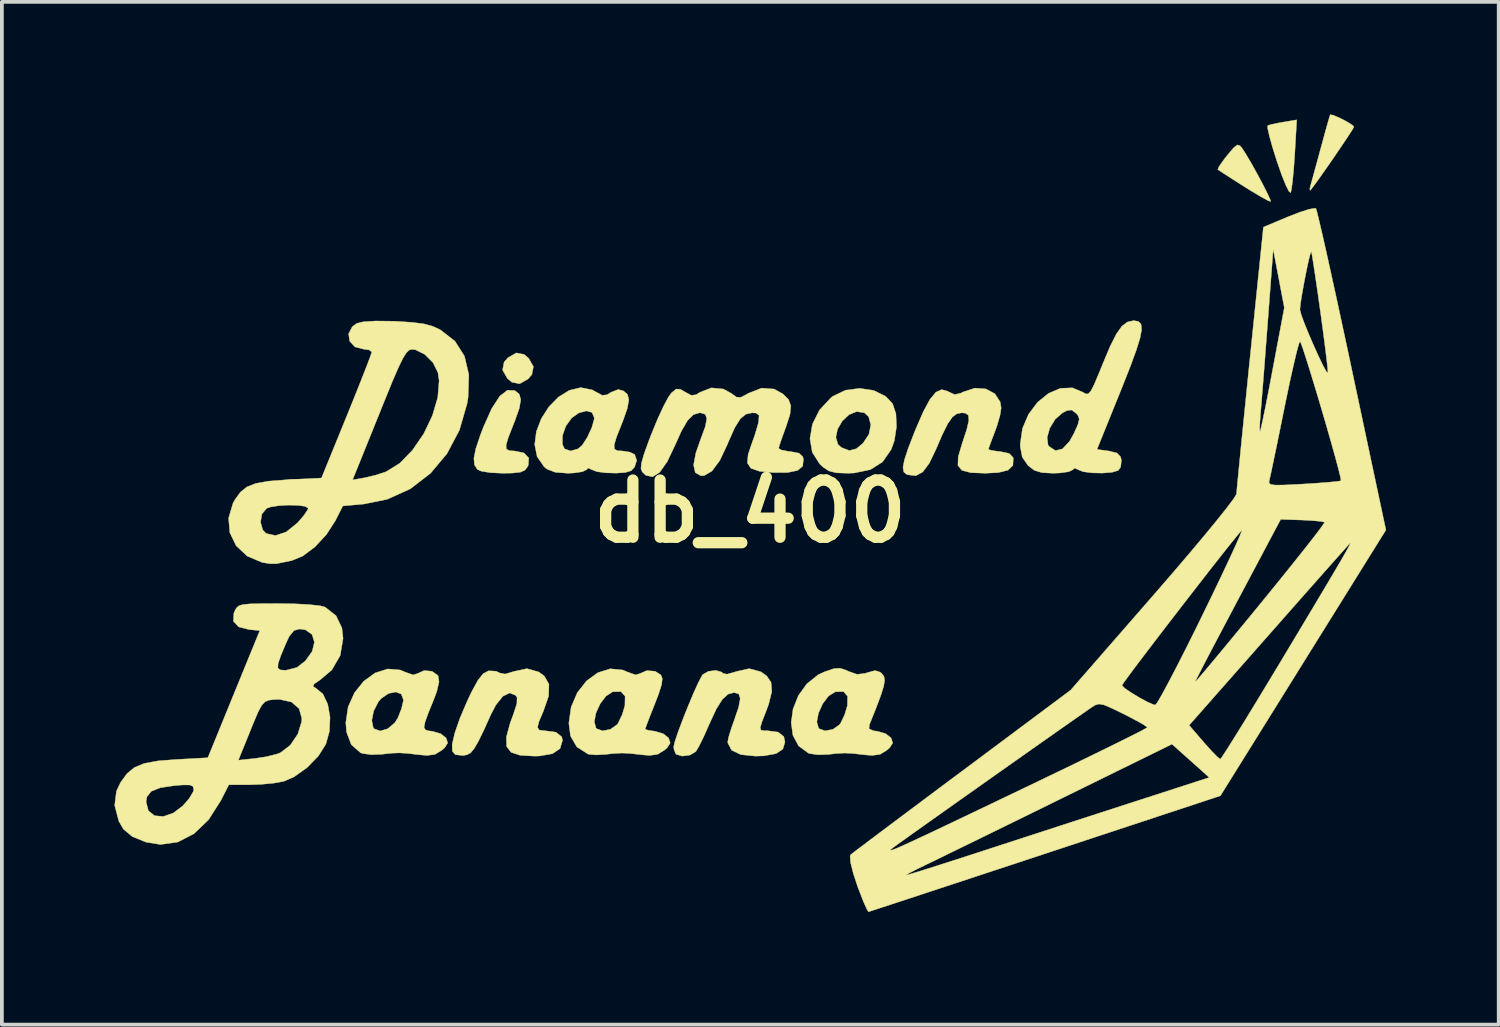
<source format=kicad_pcb>
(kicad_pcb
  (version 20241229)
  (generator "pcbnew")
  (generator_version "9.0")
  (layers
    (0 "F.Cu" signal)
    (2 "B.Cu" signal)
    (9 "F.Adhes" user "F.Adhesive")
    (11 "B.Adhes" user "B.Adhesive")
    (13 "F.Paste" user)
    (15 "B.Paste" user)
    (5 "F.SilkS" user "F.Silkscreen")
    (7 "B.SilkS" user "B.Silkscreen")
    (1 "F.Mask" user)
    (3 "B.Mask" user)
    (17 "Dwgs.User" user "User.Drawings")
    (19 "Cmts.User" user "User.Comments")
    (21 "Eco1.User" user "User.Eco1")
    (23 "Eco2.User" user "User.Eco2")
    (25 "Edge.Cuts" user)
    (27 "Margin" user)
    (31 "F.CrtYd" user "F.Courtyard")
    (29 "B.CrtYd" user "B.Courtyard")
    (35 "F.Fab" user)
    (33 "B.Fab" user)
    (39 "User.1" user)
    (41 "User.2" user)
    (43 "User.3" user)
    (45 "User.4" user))
  (footprint "db_400"
    (layer "F.Cu")
    (at 16.928 10.571)
    (property "Reference" "db_400" (at 0 0 0) (layer "F.SilkS") (effects (font (size 1.524 1.524) (thickness 0.3))))
    (attr through_hole)
    (fp_poly (pts (xy -6.016 -4.18) (xy -5.897 -4.079) (xy -5.77 -3.855) (xy -5.811 -3.645) (xy -5.912 -3.527) (xy -6.136 -3.399) (xy -6.345 -3.44) (xy -6.464 -3.542) (xy -6.591 -3.765) (xy -6.551 -3.975) (xy -6.449 -4.093) (xy -6.225 -4.221) (xy -6.016 -4.18)) (stroke (width 0.01) (type solid)) (fill yes) (layer "F.SilkS"))
    (fp_poly (pts (xy 14.509 -9.511) (xy 14.482 -9.127) (xy 14.451 -8.8) (xy 14.421 -8.573) (xy 14.4 -8.489) (xy 14.355 -8.522) (xy 14.271 -8.689) (xy 14.161 -8.964) (xy 14.038 -9.314) (xy 13.922 -9.682) (xy 13.836 -9.988) (xy 13.789 -10.197) (xy 13.787 -10.277) (xy 13.899 -10.31) (xy 14.112 -10.354) (xy 14.202 -10.369) (xy 14.562 -10.429) (xy 14.509 -9.511)) (stroke (width 0.01) (type solid)) (fill yes) (layer "F.SilkS"))
    (fp_poly (pts (xy 13.049 -9.742) (xy 13.103 -9.678) (xy 13.21 -9.514) (xy 13.352 -9.272) (xy 13.509 -8.99) (xy 13.66 -8.708) (xy 13.782 -8.465) (xy 13.857 -8.301) (xy 13.868 -8.252) (xy 13.789 -8.282) (xy 13.601 -8.385) (xy 13.335 -8.544) (xy 13.164 -8.651) (xy 12.868 -8.839) (xy 12.632 -8.991) (xy 12.487 -9.086) (xy 12.459 -9.106) (xy 12.49 -9.181) (xy 12.603 -9.344) (xy 12.71 -9.482) (xy 12.876 -9.68) (xy 12.977 -9.761) (xy 13.049 -9.742)) (stroke (width 0.01) (type solid)) (fill yes) (layer "F.SilkS"))
    (fp_poly (pts (xy 15.536 -10.553) (xy 15.7 -10.482) (xy 15.888 -10.386) (xy 16.036 -10.295) (xy 16.087 -10.245) (xy 16.042 -10.163) (xy 15.922 -9.978) (xy 15.75 -9.721) (xy 15.55 -9.427) (xy 15.344 -9.13) (xy 15.156 -8.863) (xy 15.008 -8.66) (xy 14.925 -8.554) (xy 14.923 -8.551) (xy 14.908 -8.583) (xy 14.93 -8.678) (xy 14.972 -8.829) (xy 15.046 -9.1) (xy 15.141 -9.447) (xy 15.208 -9.694) (xy 15.304 -10.047) (xy 15.384 -10.333) (xy 15.438 -10.517) (xy 15.455 -10.566) (xy 15.536 -10.553)) (stroke (width 0.01) (type solid)) (fill yes) (layer "F.SilkS"))
    (fp_poly (pts (xy -6.268 -3.219) (xy -6.26 -3.215) (xy -6.146 -3.12) (xy -6.107 -2.977) (xy -6.144 -2.754) (xy -6.26 -2.422) (xy -6.308 -2.302) (xy -6.437 -1.972) (xy -6.498 -1.768) (xy -6.489 -1.659) (xy -6.408 -1.616) (xy -6.276 -1.609) (xy -6.024 -1.558) (xy -5.894 -1.423) (xy -5.906 -1.229) (xy -5.924 -1.191) (xy -5.998 -1.096) (xy -6.121 -1.043) (xy -6.337 -1.02) (xy -6.59 -1.016) (xy -6.917 -1.031) (xy -7.16 -1.071) (xy -7.264 -1.118) (xy -7.341 -1.241) (xy -7.355 -1.417) (xy -7.303 -1.674) (xy -7.18 -2.04) (xy -7.102 -2.244) (xy -6.88 -2.74) (xy -6.666 -3.069) (xy -6.463 -3.228) (xy -6.268 -3.219)) (stroke (width 0.01) (type solid)) (fill yes) (layer "F.SilkS"))
    (fp_poly (pts (xy 3.294 -3.221) (xy 3.613 -3.064) (xy 3.797 -2.869) (xy 3.886 -2.601) (xy 3.901 -2.249) (xy 3.844 -1.881) (xy 3.76 -1.648) (xy 3.531 -1.318) (xy 3.208 -1.113) (xy 2.773 -1.022) (xy 2.597 -1.016) (xy 2.298 -1.027) (xy 2.101 -1.076) (xy 1.941 -1.183) (xy 1.856 -1.263) (xy 1.658 -1.572) (xy 1.596 -1.936) (xy 1.602 -1.972) (xy 2.286 -1.972) (xy 2.342 -1.783) (xy 2.434 -1.7) (xy 2.646 -1.62) (xy 2.833 -1.669) (xy 3.01 -1.816) (xy 3.167 -2.053) (xy 3.218 -2.305) (xy 3.159 -2.521) (xy 3.048 -2.625) (xy 2.84 -2.659) (xy 2.635 -2.574) (xy 2.457 -2.406) (xy 2.332 -2.193) (xy 2.286 -1.972) (xy 1.602 -1.972) (xy 1.662 -2.323) (xy 1.849 -2.698) (xy 2.152 -3.024) (xy 2.209 -3.068) (xy 2.543 -3.228) (xy 2.921 -3.277) (xy 3.294 -3.221)) (stroke (width 0.01) (type solid)) (fill yes) (layer "F.SilkS"))
    (fp_poly (pts (xy -5.631 4.276) (xy -5.482 4.383) (xy -5.356 4.603) (xy -5.365 4.92) (xy -5.505 5.322) (xy -5.622 5.597) (xy -5.66 5.753) (xy -5.616 5.824) (xy -5.487 5.842) (xy -5.468 5.842) (xy -5.169 5.883) (xy -5.016 6.004) (xy -4.995 6.099) (xy -5.061 6.318) (xy -5.264 6.456) (xy -5.611 6.516) (xy -5.747 6.519) (xy -6.122 6.497) (xy -6.364 6.418) (xy -6.484 6.263) (xy -6.49 6.012) (xy -6.392 5.647) (xy -6.301 5.398) (xy -6.211 5.124) (xy -6.205 4.961) (xy -6.239 4.903) (xy -6.402 4.836) (xy -6.584 4.924) (xy -6.772 5.16) (xy -6.898 5.402) (xy -7.092 5.83) (xy -7.237 6.127) (xy -7.348 6.319) (xy -7.441 6.429) (xy -7.534 6.482) (xy -7.642 6.504) (xy -7.85 6.48) (xy -7.93 6.386) (xy -7.934 6.202) (xy -7.863 5.899) (xy -7.726 5.506) (xy -7.532 5.051) (xy -7.418 4.811) (xy -7.249 4.5) (xy -7.108 4.323) (xy -6.972 4.25) (xy -6.954 4.247) (xy -6.765 4.257) (xy -6.67 4.303) (xy -6.521 4.333) (xy -6.293 4.264) (xy -5.943 4.189) (xy -5.631 4.276)) (stroke (width 0.01) (type solid)) (fill yes) (layer "F.SilkS"))
    (fp_poly (pts (xy 6.282 -3.262) (xy 6.521 -3.133) (xy 6.664 -2.914) (xy 6.689 -2.755) (xy 6.658 -2.557) (xy 6.579 -2.282) (xy 6.519 -2.117) (xy 6.426 -1.873) (xy 6.364 -1.702) (xy 6.35 -1.653) (xy 6.425 -1.625) (xy 6.61 -1.598) (xy 6.667 -1.593) (xy 6.905 -1.542) (xy 7.007 -1.434) (xy 7.012 -1.414) (xy 7.002 -1.223) (xy 6.873 -1.098) (xy 6.61 -1.033) (xy 6.265 -1.016) (xy 5.879 -1.031) (xy 5.642 -1.093) (xy 5.537 -1.226) (xy 5.545 -1.453) (xy 5.647 -1.8) (xy 5.655 -1.824) (xy 5.775 -2.189) (xy 5.829 -2.425) (xy 5.817 -2.558) (xy 5.737 -2.616) (xy 5.64 -2.625) (xy 5.508 -2.601) (xy 5.39 -2.513) (xy 5.267 -2.336) (xy 5.122 -2.046) (xy 4.96 -1.669) (xy 4.775 -1.283) (xy 4.6 -1.049) (xy 4.416 -0.95) (xy 4.207 -0.974) (xy 4.17 -0.987) (xy 4.095 -1.049) (xy 4.074 -1.167) (xy 4.111 -1.366) (xy 4.21 -1.669) (xy 4.376 -2.099) (xy 4.403 -2.166) (xy 4.612 -2.649) (xy 4.791 -2.981) (xy 4.951 -3.175) (xy 5.105 -3.244) (xy 5.262 -3.201) (xy 5.287 -3.186) (xy 5.451 -3.111) (xy 5.61 -3.147) (xy 5.677 -3.181) (xy 5.988 -3.283) (xy 6.282 -3.262)) (stroke (width 0.01) (type solid)) (fill yes) (layer "F.SilkS"))
    (fp_poly (pts (xy -9.318 4.225) (xy -9.193 4.278) (xy -8.974 4.356) (xy -8.859 4.32) (xy -8.68 4.24) (xy -8.471 4.259) (xy -8.317 4.368) (xy -8.308 4.382) (xy -8.284 4.542) (xy -8.345 4.8) (xy -8.427 5.019) (xy -8.574 5.382) (xy -8.658 5.617) (xy -8.683 5.753) (xy -8.647 5.82) (xy -8.553 5.847) (xy -8.458 5.858) (xy -8.239 5.922) (xy -8.094 6.038) (xy -8.053 6.168) (xy -8.131 6.293) (xy -8.21 6.362) (xy -8.389 6.472) (xy -8.603 6.501) (xy -8.802 6.484) (xy -9.116 6.447) (xy -9.337 6.433) (xy -9.542 6.44) (xy -9.807 6.469) (xy -9.821 6.471) (xy -10.095 6.48) (xy -10.322 6.448) (xy -10.376 6.428) (xy -10.621 6.214) (xy -10.747 5.88) (xy -10.767 5.631) (xy -10.758 5.569) (xy -10.075 5.569) (xy -10.038 5.759) (xy -10.015 5.789) (xy -9.85 5.85) (xy -9.649 5.789) (xy -9.462 5.63) (xy -9.381 5.503) (xy -9.284 5.257) (xy -9.234 5.041) (xy -9.233 5.016) (xy -9.289 4.865) (xy -9.436 4.811) (xy -9.628 4.85) (xy -9.821 4.98) (xy -9.9 5.072) (xy -10.026 5.319) (xy -10.075 5.569) (xy -10.758 5.569) (xy -10.705 5.208) (xy -10.536 4.831) (xy -10.288 4.522) (xy -9.984 4.303) (xy -9.652 4.197) (xy -9.318 4.225)) (stroke (width 0.01) (type solid)) (fill yes) (layer "F.SilkS"))
    (fp_poly (pts (xy -3.386 4.226) (xy -3.266 4.278) (xy -3.047 4.356) (xy -2.932 4.32) (xy -2.75 4.241) (xy -2.529 4.259) (xy -2.376 4.354) (xy -2.337 4.451) (xy -2.355 4.61) (xy -2.435 4.864) (xy -2.535 5.123) (xy -2.654 5.424) (xy -2.744 5.659) (xy -2.791 5.788) (xy -2.794 5.801) (xy -2.72 5.829) (xy -2.541 5.856) (xy -2.527 5.858) (xy -2.31 5.923) (xy -2.168 6.038) (xy -2.127 6.168) (xy -2.204 6.293) (xy -2.283 6.362) (xy -2.463 6.472) (xy -2.676 6.501) (xy -2.876 6.484) (xy -3.183 6.449) (xy -3.408 6.437) (xy -3.632 6.449) (xy -3.852 6.473) (xy -4.101 6.487) (xy -4.291 6.471) (xy -4.318 6.463) (xy -4.615 6.273) (xy -4.782 5.983) (xy -4.826 5.644) (xy -4.821 5.606) (xy -4.148 5.606) (xy -4.101 5.776) (xy -4.092 5.786) (xy -3.927 5.846) (xy -3.719 5.805) (xy -3.542 5.68) (xy -3.517 5.647) (xy -3.407 5.42) (xy -3.333 5.173) (xy -3.328 4.924) (xy -3.436 4.801) (xy -3.654 4.805) (xy -3.659 4.806) (xy -3.835 4.918) (xy -3.992 5.124) (xy -4.104 5.371) (xy -4.148 5.606) (xy -4.821 5.606) (xy -4.765 5.211) (xy -4.6 4.827) (xy -4.354 4.515) (xy -4.053 4.296) (xy -3.722 4.193) (xy -3.386 4.226)) (stroke (width 0.01) (type solid)) (fill yes) (layer "F.SilkS"))
    (fp_poly (pts (xy -4.207 -3.238) (xy -4.106 -3.182) (xy -3.937 -3.092) (xy -3.809 -3.106) (xy -3.71 -3.168) (xy -3.512 -3.247) (xy -3.374 -3.21) (xy -3.263 -3.116) (xy -3.228 -2.97) (xy -3.269 -2.743) (xy -3.388 -2.404) (xy -3.429 -2.302) (xy -3.559 -1.972) (xy -3.62 -1.768) (xy -3.611 -1.659) (xy -3.532 -1.616) (xy -3.404 -1.609) (xy -3.195 -1.577) (xy -3.072 -1.514) (xy -3.018 -1.358) (xy -3.077 -1.176) (xy -3.169 -1.081) (xy -3.323 -1.036) (xy -3.569 -1.019) (xy -3.843 -1.027) (xy -4.078 -1.058) (xy -4.207 -1.108) (xy -4.309 -1.154) (xy -4.356 -1.108) (xy -4.466 -1.056) (xy -4.688 -1.023) (xy -4.857 -1.016) (xy -5.187 -1.041) (xy -5.407 -1.125) (xy -5.483 -1.185) (xy -5.671 -1.457) (xy -5.735 -1.779) (xy -5.735 -1.783) (xy -4.998 -1.783) (xy -4.939 -1.665) (xy -4.779 -1.609) (xy -4.584 -1.665) (xy -4.474 -1.757) (xy -4.334 -1.973) (xy -4.214 -2.233) (xy -4.151 -2.457) (xy -4.149 -2.496) (xy -4.21 -2.635) (xy -4.364 -2.676) (xy -4.567 -2.619) (xy -4.749 -2.49) (xy -4.908 -2.27) (xy -4.996 -2.015) (xy -4.998 -1.783) (xy -5.735 -1.783) (xy -5.692 -2.124) (xy -5.561 -2.468) (xy -5.36 -2.783) (xy -5.106 -3.043) (xy -4.817 -3.223) (xy -4.511 -3.297) (xy -4.207 -3.238)) (stroke (width 0.01) (type solid)) (fill yes) (layer "F.SilkS"))
    (fp_poly (pts (xy 0.289 4.272) (xy 0.445 4.383) (xy 0.561 4.555) (xy 0.58 4.794) (xy 0.498 5.13) (xy 0.423 5.334) (xy 0.316 5.609) (xy 0.271 5.761) (xy 0.291 5.827) (xy 0.377 5.842) (xy 0.459 5.842) (xy 0.748 5.88) (xy 0.9 5.999) (xy 0.931 6.144) (xy 0.873 6.334) (xy 0.69 6.454) (xy 0.368 6.512) (xy 0.139 6.519) (xy -0.245 6.479) (xy -0.491 6.361) (xy -0.591 6.17) (xy -0.593 6.133) (xy -0.564 5.991) (xy -0.49 5.754) (xy -0.423 5.568) (xy -0.302 5.212) (xy -0.261 4.984) (xy -0.301 4.862) (xy -0.423 4.826) (xy -0.424 4.826) (xy -0.586 4.869) (xy -0.74 5.01) (xy -0.903 5.272) (xy -1.09 5.676) (xy -1.104 5.71) (xy -1.237 6.008) (xy -1.358 6.253) (xy -1.442 6.395) (xy -1.444 6.398) (xy -1.601 6.491) (xy -1.806 6.519) (xy -1.968 6.47) (xy -1.976 6.463) (xy -2.026 6.337) (xy -2.032 6.265) (xy -2 6.125) (xy -1.915 5.873) (xy -1.794 5.55) (xy -1.654 5.198) (xy -1.512 4.859) (xy -1.384 4.575) (xy -1.287 4.388) (xy -1.261 4.349) (xy -1.111 4.261) (xy -0.914 4.236) (xy -0.754 4.281) (xy -0.723 4.313) (xy -0.617 4.337) (xy -0.412 4.282) (xy -0.373 4.267) (xy -0.022 4.189) (xy 0.289 4.272)) (stroke (width 0.01) (type solid)) (fill yes) (layer "F.SilkS"))
    (fp_poly (pts (xy 2.549 4.226) (xy 2.618 4.259) (xy 2.851 4.341) (xy 3.068 4.315) (xy 3.131 4.293) (xy 3.333 4.24) (xy 3.467 4.283) (xy 3.518 4.328) (xy 3.569 4.401) (xy 3.585 4.504) (xy 3.559 4.662) (xy 3.484 4.9) (xy 3.355 5.244) (xy 3.177 5.688) (xy 3.17 5.791) (xy 3.284 5.843) (xy 3.392 5.857) (xy 3.612 5.921) (xy 3.759 6.037) (xy 3.759 6.038) (xy 3.8 6.168) (xy 3.722 6.293) (xy 3.644 6.362) (xy 3.464 6.472) (xy 3.251 6.501) (xy 3.051 6.484) (xy 2.743 6.449) (xy 2.519 6.437) (xy 2.295 6.45) (xy 2.074 6.475) (xy 1.808 6.483) (xy 1.585 6.45) (xy 1.554 6.439) (xy 1.294 6.248) (xy 1.143 5.967) (xy 1.096 5.629) (xy 1.099 5.606) (xy 1.779 5.606) (xy 1.826 5.776) (xy 1.834 5.786) (xy 1.999 5.846) (xy 2.208 5.805) (xy 2.385 5.68) (xy 2.41 5.647) (xy 2.519 5.42) (xy 2.593 5.173) (xy 2.598 4.924) (xy 2.491 4.801) (xy 2.273 4.805) (xy 2.268 4.806) (xy 2.091 4.918) (xy 1.935 5.124) (xy 1.823 5.371) (xy 1.779 5.606) (xy 1.099 5.606) (xy 1.146 5.265) (xy 1.286 4.91) (xy 1.511 4.595) (xy 1.813 4.353) (xy 1.975 4.277) (xy 2.222 4.192) (xy 2.389 4.176) (xy 2.549 4.226)) (stroke (width 0.01) (type solid)) (fill yes) (layer "F.SilkS"))
    (fp_poly (pts (xy 10.345 -5.06) (xy 10.414 -4.988) (xy 10.431 -4.848) (xy 10.39 -4.623) (xy 10.289 -4.296) (xy 10.125 -3.85) (xy 9.895 -3.267) (xy 9.871 -3.209) (xy 9.241 -1.651) (xy 9.552 -1.609) (xy 9.771 -1.556) (xy 9.87 -1.452) (xy 9.892 -1.364) (xy 9.872 -1.18) (xy 9.808 -1.09) (xy 9.642 -1.041) (xy 9.387 -1.02) (xy 9.109 -1.026) (xy 8.873 -1.057) (xy 8.747 -1.108) (xy 8.645 -1.154) (xy 8.598 -1.108) (xy 8.488 -1.057) (xy 8.265 -1.024) (xy 8.077 -1.016) (xy 7.775 -1.032) (xy 7.575 -1.092) (xy 7.411 -1.217) (xy 7.404 -1.224) (xy 7.251 -1.443) (xy 7.198 -1.725) (xy 7.197 -1.79) (xy 7.222 -1.968) (xy 7.913 -1.968) (xy 7.938 -1.768) (xy 7.961 -1.733) (xy 8.136 -1.618) (xy 8.323 -1.665) (xy 8.511 -1.867) (xy 8.622 -2.064) (xy 8.732 -2.309) (xy 8.769 -2.454) (xy 8.738 -2.552) (xy 8.683 -2.614) (xy 8.569 -2.7) (xy 8.448 -2.688) (xy 8.319 -2.622) (xy 8.126 -2.452) (xy 7.983 -2.215) (xy 7.913 -1.968) (xy 7.222 -1.968) (xy 7.256 -2.207) (xy 7.418 -2.586) (xy 7.657 -2.905) (xy 7.948 -3.142) (xy 8.267 -3.278) (xy 8.587 -3.291) (xy 8.862 -3.176) (xy 8.943 -3.129) (xy 9.009 -3.131) (xy 9.078 -3.206) (xy 9.166 -3.377) (xy 9.289 -3.667) (xy 9.396 -3.931) (xy 9.593 -4.399) (xy 9.758 -4.726) (xy 9.906 -4.934) (xy 10.052 -5.045) (xy 10.212 -5.08) (xy 10.224 -5.08) (xy 10.345 -5.06)) (stroke (width 0.01) (type solid)) (fill yes) (layer "F.SilkS"))
    (fp_poly (pts (xy -0.71 -3.259) (xy -0.501 -3.144) (xy -0.362 -3.044) (xy -0.25 -3.036) (xy -0.089 -3.118) (xy -0.047 -3.144) (xy 0.31 -3.284) (xy 0.643 -3.258) (xy 0.878 -3.127) (xy 1.026 -2.979) (xy 1.087 -2.811) (xy 1.064 -2.583) (xy 0.958 -2.253) (xy 0.931 -2.181) (xy 0.839 -1.927) (xy 0.777 -1.741) (xy 0.762 -1.677) (xy 0.837 -1.634) (xy 1.022 -1.598) (xy 1.079 -1.593) (xy 1.303 -1.551) (xy 1.404 -1.459) (xy 1.422 -1.39) (xy 1.402 -1.204) (xy 1.266 -1.089) (xy 1 -1.035) (xy 0.63 -1.033) (xy 0.252 -1.068) (xy 0.024 -1.146) (xy -0.071 -1.288) (xy -0.051 -1.515) (xy 0.03 -1.757) (xy 0.131 -2.043) (xy 0.209 -2.305) (xy 0.229 -2.392) (xy 0.241 -2.559) (xy 0.16 -2.619) (xy 0.057 -2.625) (xy -0.112 -2.589) (xy -0.26 -2.465) (xy -0.408 -2.228) (xy -0.574 -1.855) (xy -0.601 -1.788) (xy -0.806 -1.354) (xy -1.016 -1.072) (xy -1.225 -0.951) (xy -1.309 -0.949) (xy -1.459 -1.034) (xy -1.503 -1.236) (xy -1.442 -1.561) (xy -1.317 -1.916) (xy -1.193 -2.255) (xy -1.151 -2.47) (xy -1.19 -2.585) (xy -1.313 -2.624) (xy -1.347 -2.625) (xy -1.507 -2.577) (xy -1.663 -2.422) (xy -1.828 -2.139) (xy -1.99 -1.778) (xy -2.205 -1.326) (xy -2.407 -1.04) (xy -2.598 -0.92) (xy -2.78 -0.963) (xy -2.873 -1.052) (xy -2.906 -1.139) (xy -2.891 -1.29) (xy -2.822 -1.53) (xy -2.693 -1.887) (xy -2.619 -2.078) (xy -2.462 -2.458) (xy -2.309 -2.79) (xy -2.178 -3.037) (xy -2.1 -3.149) (xy -1.969 -3.258) (xy -1.855 -3.252) (xy -1.728 -3.178) (xy -1.562 -3.09) (xy -1.435 -3.108) (xy -1.334 -3.172) (xy -1.03 -3.29) (xy -0.71 -3.259)) (stroke (width 0.01) (type solid)) (fill yes) (layer "F.SilkS"))
    (fp_poly (pts (xy -9.534 -5.066) (xy -9.443 -5.063) (xy -9 -5.035) (xy -8.682 -4.993) (xy -8.442 -4.927) (xy -8.249 -4.836) (xy -7.858 -4.532) (xy -7.606 -4.134) (xy -7.49 -3.639) (xy -7.509 -3.044) (xy -7.536 -2.873) (xy -7.741 -2.163) (xy -8.072 -1.537) (xy -8.514 -1.011) (xy -9.049 -0.6) (xy -9.663 -0.322) (xy -10.275 -0.197) (xy -10.847 -0.144) (xy -11.047 0.251) (xy -11.284 0.618) (xy -11.586 0.944) (xy -11.91 1.188) (xy -12.204 1.31) (xy -12.437 1.357) (xy -12.611 1.393) (xy -12.615 1.394) (xy -12.786 1.394) (xy -12.996 1.36) (xy -13.396 1.19) (xy -13.688 0.915) (xy -13.856 0.568) (xy -13.88 0.287) (xy -13.038 0.287) (xy -12.981 0.494) (xy -12.89 0.588) (xy -12.64 0.644) (xy -12.354 0.548) (xy -12.055 0.307) (xy -12.044 0.295) (xy -11.881 0.105) (xy -11.782 -0.043) (xy -11.769 -0.083) (xy -11.844 -0.133) (xy -12.035 -0.16) (xy -12.289 -0.167) (xy -12.553 -0.152) (xy -12.777 -0.116) (xy -12.875 -0.082) (xy -13.002 0.07) (xy -13.038 0.287) (xy -13.88 0.287) (xy -13.889 0.179) (xy -13.771 -0.22) (xy -13.72 -0.312) (xy -13.574 -0.513) (xy -13.399 -0.653) (xy -13.161 -0.746) (xy -12.827 -0.805) (xy -12.402 -0.838) (xy -10.589 -0.838) (xy -10.269 -0.895) (xy -9.977 -0.964) (xy -9.707 -1.051) (xy -9.694 -1.056) (xy -9.329 -1.283) (xy -8.988 -1.634) (xy -8.691 -2.069) (xy -8.461 -2.549) (xy -8.318 -3.034) (xy -8.281 -3.484) (xy -8.314 -3.699) (xy -8.446 -3.964) (xy -8.664 -4.182) (xy -8.912 -4.305) (xy -9.007 -4.316) (xy -9.08 -4.296) (xy -9.156 -4.221) (xy -9.249 -4.073) (xy -9.366 -3.831) (xy -9.521 -3.474) (xy -9.721 -2.984) (xy -9.773 -2.856) (xy -9.968 -2.372) (xy -10.148 -1.925) (xy -10.302 -1.544) (xy -10.416 -1.262) (xy -10.475 -1.117) (xy -10.589 -0.838) (xy -12.402 -0.838) (xy -12.362 -0.841) (xy -12.29 -0.845) (xy -11.415 -0.889) (xy -10.745 -2.531) (xy -10.545 -3.025) (xy -10.369 -3.466) (xy -10.226 -3.83) (xy -10.126 -4.094) (xy -10.078 -4.232) (xy -10.075 -4.246) (xy -10.148 -4.301) (xy -10.281 -4.318) (xy -10.523 -4.38) (xy -10.664 -4.533) (xy -10.692 -4.73) (xy -10.593 -4.921) (xy -10.474 -5.008) (xy -10.294 -5.051) (xy -9.971 -5.071) (xy -9.534 -5.066)) (stroke (width 0.01) (type solid)) (fill yes) (layer "F.SilkS"))
    (fp_poly (pts (xy -12.112 2.463) (xy -11.727 2.484) (xy -11.447 2.516) (xy -11.319 2.55) (xy -11.026 2.78) (xy -10.871 3.105) (xy -10.84 3.387) (xy -10.916 3.838) (xy -11.139 4.223) (xy -11.446 4.484) (xy -11.611 4.597) (xy -11.641 4.663) (xy -11.57 4.706) (xy -11.378 4.863) (xy -11.248 5.137) (xy -11.187 5.484) (xy -11.204 5.859) (xy -11.298 6.198) (xy -11.497 6.516) (xy -11.799 6.825) (xy -12.145 7.071) (xy -12.419 7.191) (xy -12.679 7.238) (xy -13.024 7.271) (xy -13.312 7.281) (xy -13.882 7.281) (xy -14.096 7.702) (xy -14.423 8.214) (xy -14.81 8.585) (xy -15.241 8.808) (xy -15.705 8.874) (xy -16.092 8.81) (xy -16.455 8.662) (xy -16.691 8.464) (xy -16.814 8.251) (xy -16.923 7.831) (xy -16.912 7.74) (xy -16.087 7.74) (xy -16.025 7.976) (xy -15.861 8.106) (xy -15.629 8.127) (xy -15.362 8.035) (xy -15.105 7.84) (xy -14.933 7.64) (xy -14.83 7.463) (xy -14.817 7.405) (xy -14.837 7.325) (xy -14.923 7.288) (xy -15.113 7.287) (xy -15.328 7.304) (xy -15.711 7.361) (xy -15.95 7.457) (xy -16.066 7.605) (xy -16.087 7.74) (xy -16.912 7.74) (xy -16.876 7.451) (xy -16.768 7.222) (xy -16.597 6.987) (xy -16.399 6.822) (xy -16.138 6.714) (xy -15.778 6.647) (xy -15.529 6.627) (xy -13.629 6.627) (xy -13.185 6.581) (xy -12.879 6.534) (xy -12.604 6.464) (xy -12.507 6.428) (xy -12.248 6.23) (xy -12.045 5.931) (xy -11.943 5.599) (xy -11.938 5.516) (xy -12.011 5.253) (xy -12.214 5.078) (xy -12.525 5.008) (xy -12.667 5.011) (xy -12.813 5.028) (xy -12.919 5.07) (xy -13.008 5.166) (xy -13.104 5.346) (xy -13.229 5.639) (xy -13.307 5.833) (xy -13.629 6.627) (xy -15.529 6.627) (xy -15.296 6.609) (xy -14.442 6.562) (xy -13.75 4.868) (xy -13.465 4.171) (xy -12.577 4.171) (xy -12.516 4.222) (xy -12.387 4.233) (xy -12.361 4.233) (xy -12.068 4.157) (xy -11.847 3.986) (xy -11.662 3.729) (xy -11.603 3.482) (xy -11.666 3.279) (xy -11.842 3.155) (xy -12 3.133) (xy -12.148 3.174) (xy -12.271 3.324) (xy -12.352 3.493) (xy -12.495 3.835) (xy -12.57 4.051) (xy -12.577 4.171) (xy -13.465 4.171) (xy -13.058 3.175) (xy -13.338 3.149) (xy -13.623 3.076) (xy -13.761 2.927) (xy -13.749 2.71) (xy -13.73 2.664) (xy -13.685 2.578) (xy -13.623 2.519) (xy -13.513 2.483) (xy -13.326 2.464) (xy -13.031 2.457) (xy -12.599 2.455) (xy -12.569 2.455) (xy -12.112 2.463)) (stroke (width 0.01) (type solid)) (fill yes) (layer "F.SilkS"))
    (fp_poly (pts (xy 15.073 -8.067) (xy 15.102 -7.974) (xy 15.161 -7.73) (xy 15.249 -7.353) (xy 15.361 -6.858) (xy 15.493 -6.259) (xy 15.643 -5.575) (xy 15.806 -4.819) (xy 15.98 -4.009) (xy 16.034 -3.752) (xy 16.937 0.497) (xy 14.733 4.036) (xy 12.529 7.575) (xy 7.852 9.12) (xy 7.001 9.401) (xy 6.199 9.665) (xy 5.46 9.909) (xy 4.799 10.126) (xy 4.23 10.314) (xy 3.767 10.466) (xy 3.424 10.578) (xy 3.216 10.646) (xy 3.155 10.666) (xy 3.113 10.598) (xy 3.036 10.429) (xy 3.02 10.393) (xy 2.866 9.995) (xy 2.767 9.692) (xy 4.149 9.692) (xy 4.226 9.673) (xy 4.442 9.608) (xy 4.777 9.504) (xy 5.208 9.366) (xy 5.715 9.203) (xy 6.202 9.045) (xy 6.92 8.811) (xy 7.731 8.547) (xy 8.574 8.273) (xy 9.388 8.009) (xy 10.115 7.773) (xy 10.244 7.732) (xy 12.232 7.088) (xy 11.736 6.644) (xy 11.239 6.2) (xy 8.223 7.682) (xy 7.537 8.019) (xy 6.878 8.342) (xy 6.267 8.641) (xy 5.723 8.907) (xy 5.268 9.129) (xy 4.921 9.299) (xy 4.702 9.404) (xy 4.678 9.416) (xy 4.415 9.544) (xy 4.226 9.643) (xy 4.149 9.691) (xy 4.149 9.692) (xy 2.767 9.692) (xy 2.75 9.639) (xy 2.679 9.357) (xy 2.665 9.182) (xy 2.679 9.146) (xy 2.76 9.083) (xy 2.845 9.018) (xy 3.741 9.018) (xy 3.748 9.029) (xy 3.801 9.015) (xy 3.91 8.972) (xy 4.088 8.894) (xy 4.347 8.775) (xy 4.699 8.611) (xy 5.155 8.395) (xy 5.728 8.122) (xy 6.43 7.787) (xy 7.271 7.384) (xy 7.31 7.366) (xy 8 7.034) (xy 8.641 6.725) (xy 9.217 6.444) (xy 9.712 6.201) (xy 10.111 6.003) (xy 10.397 5.858) (xy 10.555 5.773) (xy 10.582 5.755) (xy 10.512 5.699) (xy 10.509 5.697) (xy 11.696 5.697) (xy 12.087 6.151) (xy 12.286 6.374) (xy 12.442 6.534) (xy 12.523 6.6) (xy 12.526 6.601) (xy 12.579 6.53) (xy 12.709 6.33) (xy 12.904 6.019) (xy 13.156 5.613) (xy 13.452 5.128) (xy 13.784 4.581) (xy 14.055 4.132) (xy 14.546 3.314) (xy 14.955 2.631) (xy 15.287 2.075) (xy 15.548 1.634) (xy 15.744 1.301) (xy 15.879 1.066) (xy 15.959 0.918) (xy 15.99 0.85) (xy 15.982 0.847) (xy 15.917 0.918) (xy 15.753 1.102) (xy 15.502 1.384) (xy 15.176 1.752) (xy 14.789 2.189) (xy 14.353 2.683) (xy 13.88 3.22) (xy 13.815 3.293) (xy 11.696 5.697) (xy 10.509 5.697) (xy 10.325 5.591) (xy 10.055 5.449) (xy 9.943 5.393) (xy 9.63 5.24) (xy 9.428 5.155) (xy 9.296 5.131) (xy 9.194 5.159) (xy 9.079 5.232) (xy 9.075 5.235) (xy 8.701 5.496) (xy 8.256 5.808) (xy 7.758 6.158) (xy 7.225 6.534) (xy 6.674 6.922) (xy 6.123 7.312) (xy 5.59 7.689) (xy 5.093 8.041) (xy 4.649 8.356) (xy 4.277 8.621) (xy 3.994 8.823) (xy 3.819 8.95) (xy 3.768 8.989) (xy 3.741 9.018) (xy 2.845 9.018) (xy 2.963 8.929) (xy 3.273 8.695) (xy 3.675 8.393) (xy 4.156 8.033) (xy 4.7 7.626) (xy 5.294 7.182) (xy 5.646 6.92) (xy 8.54 4.761) (xy 8.65 4.635) (xy 9.907 4.635) (xy 9.975 4.707) (xy 10.145 4.824) (xy 10.364 4.957) (xy 10.582 5.075) (xy 10.749 5.148) (xy 10.795 5.158) (xy 10.852 5.086) (xy 10.972 4.879) (xy 11.146 4.556) (xy 11.151 4.547) (xy 11.853 4.547) (xy 11.905 4.493) (xy 12.051 4.323) (xy 12.279 4.052) (xy 12.576 3.695) (xy 12.93 3.267) (xy 13.328 2.784) (xy 13.597 2.456) (xy 14.016 1.941) (xy 14.397 1.469) (xy 14.727 1.055) (xy 14.994 0.715) (xy 15.185 0.465) (xy 15.288 0.319) (xy 15.303 0.289) (xy 15.205 0.267) (xy 14.986 0.246) (xy 14.7 0.231) (xy 14.135 0.212) (xy 12.994 2.36) (xy 12.702 2.912) (xy 12.437 3.414) (xy 12.21 3.846) (xy 12.031 4.191) (xy 11.909 4.429) (xy 11.855 4.541) (xy 11.853 4.547) (xy 11.151 4.547) (xy 11.366 4.135) (xy 11.62 3.635) (xy 11.9 3.073) (xy 12.047 2.772) (xy 12.328 2.194) (xy 12.577 1.674) (xy 12.786 1.229) (xy 12.948 0.876) (xy 13.055 0.632) (xy 13.099 0.513) (xy 13.093 0.508) (xy 12.99 0.628) (xy 12.807 0.854) (xy 12.559 1.166) (xy 12.262 1.544) (xy 11.931 1.969) (xy 11.581 2.42) (xy 11.228 2.877) (xy 10.887 3.321) (xy 10.574 3.731) (xy 10.304 4.087) (xy 10.093 4.37) (xy 9.955 4.559) (xy 9.907 4.635) (xy 8.65 4.635) (xy 10.746 2.232) (xy 11.238 1.663) (xy 11.691 1.133) (xy 12.093 0.654) (xy 12.432 0.242) (xy 12.696 -0.089) (xy 12.874 -0.326) (xy 12.954 -0.453) (xy 12.958 -0.466) (xy 12.967 -0.584) (xy 12.984 -0.76) (xy 13.824 -0.76) (xy 13.865 -0.72) (xy 13.983 -0.701) (xy 14.203 -0.702) (xy 14.553 -0.718) (xy 14.747 -0.729) (xy 15.131 -0.754) (xy 15.448 -0.779) (xy 15.664 -0.801) (xy 15.741 -0.816) (xy 15.729 -0.902) (xy 15.675 -1.122) (xy 15.588 -1.448) (xy 15.475 -1.852) (xy 15.345 -2.305) (xy 15.206 -2.78) (xy 15.066 -3.249) (xy 14.934 -3.683) (xy 14.818 -4.055) (xy 14.726 -4.336) (xy 14.666 -4.499) (xy 14.649 -4.528) (xy 14.618 -4.459) (xy 14.56 -4.247) (xy 14.481 -3.915) (xy 14.385 -3.488) (xy 14.28 -2.987) (xy 14.235 -2.767) (xy 14.126 -2.23) (xy 14.027 -1.743) (xy 13.941 -1.333) (xy 13.877 -1.026) (xy 13.837 -0.85) (xy 13.831 -0.824) (xy 13.824 -0.76) (xy 12.984 -0.76) (xy 12.993 -0.853) (xy 13.032 -1.252) (xy 13.082 -1.764) (xy 13.124 -2.18) (xy 13.574 -2.18) (xy 13.584 -2.126) (xy 13.609 -2.216) (xy 13.66 -2.446) (xy 13.731 -2.791) (xy 13.816 -3.225) (xy 13.911 -3.723) (xy 13.924 -3.793) (xy 14.222 -5.376) (xy 14.646 -5.376) (xy 14.677 -5.252) (xy 14.758 -5.028) (xy 14.874 -4.742) (xy 15.008 -4.431) (xy 15.143 -4.132) (xy 15.263 -3.883) (xy 15.352 -3.721) (xy 15.392 -3.68) (xy 15.389 -3.768) (xy 15.365 -3.997) (xy 15.323 -4.341) (xy 15.267 -4.773) (xy 15.2 -5.269) (xy 15.195 -5.302) (xy 15.125 -5.801) (xy 15.061 -6.238) (xy 15.008 -6.589) (xy 14.97 -6.825) (xy 14.95 -6.922) (xy 14.949 -6.923) (xy 14.923 -6.861) (xy 14.876 -6.674) (xy 14.819 -6.407) (xy 14.759 -6.101) (xy 14.705 -5.801) (xy 14.664 -5.548) (xy 14.647 -5.386) (xy 14.646 -5.376) (xy 14.222 -5.376) (xy 14.231 -5.426) (xy 14.083 -6.205) (xy 13.935 -6.985) (xy 13.792 -5.08) (xy 13.747 -4.492) (xy 13.704 -3.926) (xy 13.664 -3.416) (xy 13.63 -2.997) (xy 13.606 -2.701) (xy 13.6 -2.634) (xy 13.58 -2.363) (xy 13.574 -2.18) (xy 13.124 -2.18) (xy 13.143 -2.369) (xy 13.212 -3.049) (xy 13.286 -3.785) (xy 13.319 -4.104) (xy 13.674 -7.572) (xy 14.344 -7.853) (xy 14.653 -7.972) (xy 14.902 -8.05) (xy 15.051 -8.074) (xy 15.073 -8.067)) (stroke (width 0.01) (type solid)) (fill yes) (layer "F.SilkS")))
  (gr_rect
    (start -3 -3)
    (end 36.87 24.242)
    (stroke (width 0.1) (type default))
    (fill no)
    (layer "Edge.Cuts")))
</source>
